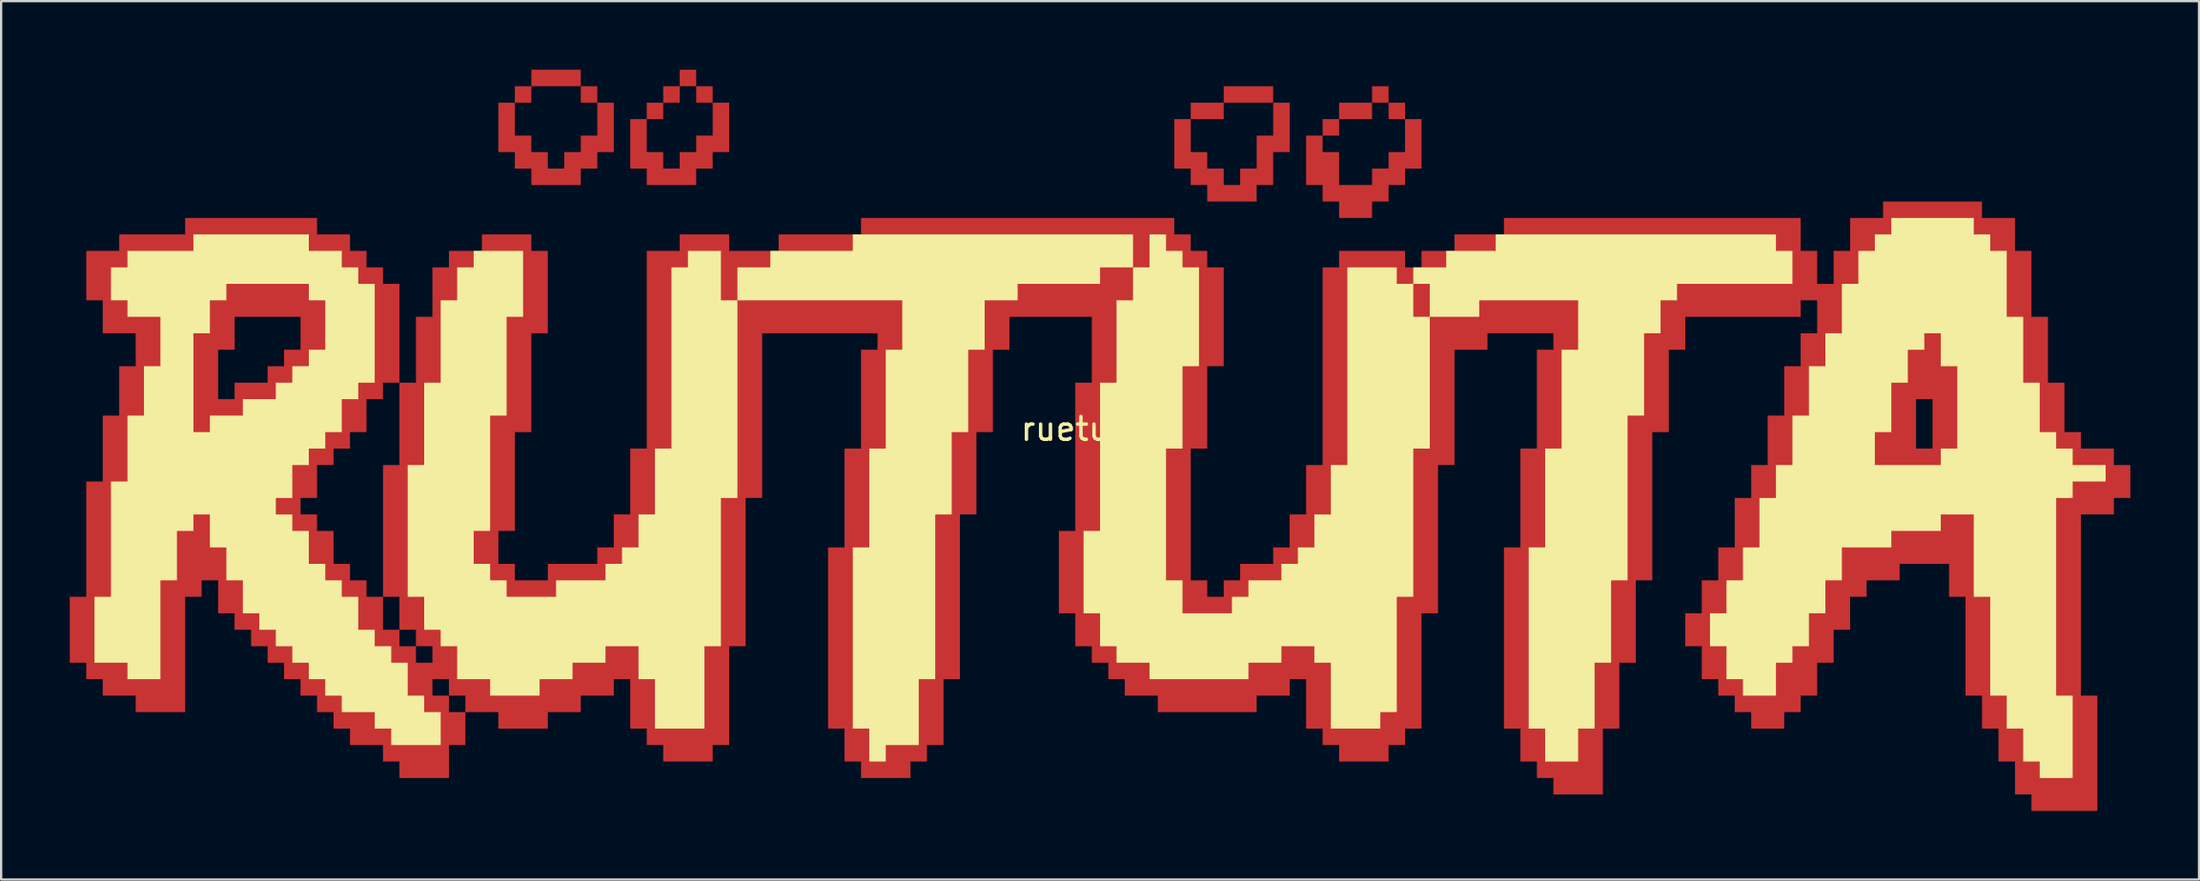
<source format=kicad_pcb>
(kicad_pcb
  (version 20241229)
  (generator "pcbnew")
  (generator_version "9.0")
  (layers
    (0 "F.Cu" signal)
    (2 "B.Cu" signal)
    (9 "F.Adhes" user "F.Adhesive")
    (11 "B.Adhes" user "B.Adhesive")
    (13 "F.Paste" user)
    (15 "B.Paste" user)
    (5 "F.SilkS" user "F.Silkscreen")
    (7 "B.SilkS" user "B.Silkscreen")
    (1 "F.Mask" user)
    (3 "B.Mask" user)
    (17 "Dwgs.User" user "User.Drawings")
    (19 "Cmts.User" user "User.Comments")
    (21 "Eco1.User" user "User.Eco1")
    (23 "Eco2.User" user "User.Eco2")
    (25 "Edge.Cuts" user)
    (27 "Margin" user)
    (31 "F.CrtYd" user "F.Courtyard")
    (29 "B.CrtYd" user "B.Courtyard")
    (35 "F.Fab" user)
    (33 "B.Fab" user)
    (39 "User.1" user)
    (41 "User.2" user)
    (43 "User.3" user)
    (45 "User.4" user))
  (footprint "ruetueta"
    (layer "F.Cu")
    (at 44.675 16.213)
    (property "Reference" "ruetueta" (at 0 -0.5 0) (unlocked yes) (layer "F.SilkS") (effects (font (size 1 1) (thickness 0.15))))
    (attr smd)
    (fp_poly (pts (xy 8.647 -14.772) (xy 8.647 -12.61) (xy 7.926 -12.61) (xy 7.926 -11.169) (xy 7.206 -11.169) (xy 7.206 -10.448) (xy 5.044 -10.448) (xy 5.044 -11.169) (xy 4.323 -11.169) (xy 4.323 -11.889) (xy 3.603 -11.889) (xy 3.603 -12.61) (xy 4.323 -12.61) (xy 5.044 -12.61) (xy 5.044 -11.889) (xy 5.765 -11.889) (xy 5.765 -11.169) (xy 6.485 -11.169) (xy 6.485 -11.889) (xy 7.206 -11.889) (xy 7.206 -13.33) (xy 7.926 -13.33) (xy 7.926 -14.772) (xy 5.765 -14.772) (xy 5.765 -14.051) (xy 4.323 -14.051) (xy 4.323 -12.61) (xy 3.603 -12.61) (xy 3.603 -14.051) (xy 4.323 -14.051) (xy 4.323 -14.772) (xy 5.765 -14.772) (xy 5.765 -15.492) (xy 7.926 -15.492) (xy 7.926 -14.772)) (stroke (width 0) (type solid)) (fill yes) (layer "F.Cu"))
    (fp_poly (pts (xy -21.617 -15.492) (xy -21.617 -14.772) (xy -20.896 -14.772) (xy -20.896 -12.61) (xy -21.617 -12.61) (xy -21.617 -11.889) (xy -22.338 -11.889) (xy -22.338 -11.169) (xy -24.499 -11.169) (xy -24.499 -11.889) (xy -25.22 -11.889) (xy -25.22 -12.61) (xy -25.94 -12.61) (xy -25.94 -13.33) (xy -25.22 -13.33) (xy -24.499 -13.33) (xy -24.499 -12.61) (xy -23.779 -12.61) (xy -23.779 -11.889) (xy -23.058 -11.889) (xy -23.058 -12.61) (xy -22.338 -12.61) (xy -22.338 -13.33) (xy -21.617 -13.33) (xy -21.617 -14.772) (xy -22.338 -14.772) (xy -22.338 -15.492) (xy -24.499 -15.492) (xy -24.499 -14.772) (xy -25.22 -14.772) (xy -25.22 -13.33) (xy -25.94 -13.33) (xy -25.94 -14.772) (xy -25.22 -14.772) (xy -25.22 -15.492) (xy -24.499 -15.492) (xy -24.499 -16.213) (xy -22.338 -16.213) (xy -22.338 -15.492)) (stroke (width 0) (type solid)) (fill yes) (layer "F.Cu"))
    (fp_poly (pts (xy -16.573 -15.492) (xy -16.573 -14.772) (xy -15.852 -14.772) (xy -15.852 -12.61) (xy -16.573 -12.61) (xy -16.573 -11.889) (xy -17.294 -11.889) (xy -17.294 -11.169) (xy -19.455 -11.169) (xy -19.455 -11.889) (xy -20.176 -11.889) (xy -20.176 -12.61) (xy -19.455 -12.61) (xy -18.735 -12.61) (xy -18.735 -11.889) (xy -18.014 -11.889) (xy -18.014 -12.61) (xy -17.294 -12.61) (xy -17.294 -13.33) (xy -16.573 -13.33) (xy -16.573 -14.772) (xy -17.294 -14.772) (xy -17.294 -15.492) (xy -18.014 -15.492) (xy -18.014 -14.772) (xy -18.735 -14.772) (xy -18.735 -14.051) (xy -19.455 -14.051) (xy -19.455 -12.61) (xy -20.176 -12.61) (xy -20.176 -14.051) (xy -19.455 -14.051) (xy -19.455 -14.772) (xy -18.735 -14.772) (xy -18.735 -15.492) (xy -18.014 -15.492) (xy -18.014 -16.213) (xy -17.294 -16.213) (xy -17.294 -15.492)) (stroke (width 0) (type solid)) (fill yes) (layer "F.Cu"))
    (fp_poly (pts (xy 13.691 -14.772) (xy 13.691 -14.051) (xy 14.411 -14.051) (xy 14.411 -11.889) (xy 13.691 -11.889) (xy 13.691 -11.169) (xy 12.97 -11.169) (xy 12.97 -10.448) (xy 12.25 -10.448) (xy 12.25 -9.728) (xy 10.809 -9.728) (xy 10.809 -10.448) (xy 10.088 -10.448) (xy 10.088 -11.169) (xy 9.367 -11.169) (xy 9.367 -12.61) (xy 10.088 -12.61) (xy 10.809 -12.61) (xy 10.809 -11.169) (xy 12.25 -11.169) (xy 12.25 -11.889) (xy 12.97 -11.889) (xy 12.97 -12.61) (xy 13.691 -12.61) (xy 13.691 -14.051) (xy 12.97 -14.051) (xy 12.97 -14.772) (xy 12.25 -14.772) (xy 12.25 -14.051) (xy 10.809 -14.051) (xy 10.809 -13.33) (xy 10.088 -13.33) (xy 10.088 -12.61) (xy 9.367 -12.61) (xy 9.367 -13.33) (xy 10.088 -13.33) (xy 10.088 -14.051) (xy 10.809 -14.051) (xy 10.809 -14.772) (xy 12.25 -14.772) (xy 12.25 -15.492) (xy 12.97 -15.492) (xy 12.97 -14.772)) (stroke (width 0) (type solid)) (fill yes) (layer "F.Cu"))
    (fp_poly (pts (xy 38.911 -9.728) (xy 40.352 -9.728) (xy 40.352 -8.287) (xy 41.072 -8.287) (xy 41.072 -5.404) (xy 41.793 -5.404) (xy 41.793 -2.522) (xy 42.513 -2.522) (xy 42.513 -0.36) (xy 43.234 -0.36) (xy 43.234 0.36) (xy 44.675 0.36) (xy 44.675 1.081) (xy 45.396 1.081) (xy 45.396 2.522) (xy 44.675 2.522) (xy 44.675 3.243) (xy 43.234 3.243) (xy 43.234 11.169) (xy 43.955 11.169) (xy 43.955 16.213) (xy 41.072 16.213) (xy 41.072 15.492) (xy 40.352 15.492) (xy 40.352 14.051) (xy 39.631 14.051) (xy 39.631 12.61) (xy 38.911 12.61) (xy 38.911 11.169) (xy 38.19 11.169) (xy 38.19 6.845) (xy 37.47 6.845) (xy 37.47 5.404) (xy 35.308 5.404) (xy 35.308 6.125) (xy 33.867 6.125) (xy 33.867 6.845) (xy 33.146 6.845) (xy 33.146 8.287) (xy 32.426 8.287) (xy 32.426 9.728) (xy 31.705 9.728) (xy 31.705 11.169) (xy 30.984 11.169) (xy 30.984 11.889) (xy 30.264 11.889) (xy 30.264 12.61) (xy 28.823 12.61) (xy 28.823 11.889) (xy 28.102 11.889) (xy 28.102 11.169) (xy 27.382 11.169) (xy 27.382 10.448) (xy 26.661 10.448) (xy 26.661 9.007) (xy 25.94 9.007) (xy 25.94 7.566) (xy 26.661 7.566) (xy 26.661 6.125) (xy 27.382 6.125) (xy 27.382 4.684) (xy 28.102 4.684) (xy 28.102 2.522) (xy 28.823 2.522) (xy 28.823 1.081) (xy 29.543 1.081) (xy 29.543 0.36) (xy 36.028 0.36) (xy 36.749 0.36) (xy 36.749 -1.801) (xy 36.028 -1.801) (xy 36.028 0.36) (xy 29.543 0.36) (xy 29.543 -1.081) (xy 30.264 -1.081) (xy 30.264 -3.243) (xy 30.984 -3.243) (xy 30.984 -4.684) (xy 31.705 -4.684) (xy 31.705 -6.125) (xy 30.984 -6.125) (xy 30.984 -5.404) (xy 25.94 -5.404) (xy 25.94 -3.963) (xy 25.22 -3.963) (xy 25.22 -0.36) (xy 24.499 -0.36) (xy 24.499 6.125) (xy 23.779 6.125) (xy 23.779 9.728) (xy 23.058 9.728) (xy 23.058 12.61) (xy 22.338 12.61) (xy 22.338 15.492) (xy 20.176 15.492) (xy 20.176 14.772) (xy 19.455 14.772) (xy 19.455 14.051) (xy 18.735 14.051) (xy 18.735 12.61) (xy 18.014 12.61) (xy 18.014 4.684) (xy 18.735 4.684) (xy 18.735 0.36) (xy 19.455 0.36) (xy 19.455 -3.963) (xy 20.176 -3.963) (xy 20.176 -4.684) (xy 17.294 -4.684) (xy 17.294 -3.963) (xy 15.852 -3.963) (xy 15.852 1.081) (xy 15.132 1.081) (xy 15.132 7.566) (xy 14.411 7.566) (xy 14.411 12.61) (xy 13.691 12.61) (xy 13.691 13.33) (xy 12.97 13.33) (xy 12.97 14.051) (xy 10.809 14.051) (xy 10.809 13.33) (xy 10.088 13.33) (xy 10.088 12.61) (xy 9.367 12.61) (xy 9.367 10.448) (xy 8.647 10.448) (xy 8.647 11.169) (xy 7.206 11.169) (xy 7.206 11.889) (xy 2.882 11.889) (xy 2.882 11.169) (xy 1.441 11.169) (xy 1.441 10.448) (xy 0.721 10.448) (xy 0.721 9.728) (xy 0.000001 9.728) (xy 0.000001 9.007) (xy -0.721 9.007) (xy -0.721 7.566) (xy -1.441 7.566) (xy -1.441 3.963) (xy -0.721 3.963) (xy -0.721 -2.522) (xy 0.000001 -2.522) (xy 0.000001 -5.404) (xy -3.603 -5.404) (xy -3.603 -3.963) (xy -4.323 -3.963) (xy -4.323 -0.36) (xy -5.044 -0.36) (xy -5.044 3.243) (xy -5.765 3.243) (xy -5.765 10.448) (xy -6.485 10.448) (xy -6.485 13.33) (xy -7.206 13.33) (xy -7.206 14.051) (xy -7.926 14.051) (xy -7.926 14.772) (xy -10.088 14.772) (xy -10.088 14.051) (xy -10.809 14.051) (xy -10.809 12.61) (xy -11.529 12.61) (xy -11.529 4.684) (xy -10.809 4.684) (xy -10.809 0.36) (xy -10.088 0.36) (xy -10.088 -3.963) (xy -9.367 -3.963) (xy -9.367 -4.684) (xy -14.411 -4.684) (xy -14.411 2.522) (xy -15.132 2.522) (xy -15.132 9.007) (xy -15.852 9.007) (xy -15.852 13.33) (xy -16.573 13.33) (xy -16.573 14.051) (xy -18.735 14.051) (xy -18.735 13.33) (xy -19.455 13.33) (xy -19.455 12.61) (xy -20.176 12.61) (xy -20.176 10.448) (xy -20.896 10.448) (xy -20.896 11.169) (xy -22.338 11.169) (xy -22.338 11.889) (xy -23.779 11.889) (xy -23.779 12.61) (xy -25.94 12.61) (xy -25.94 11.889) (xy -27.382 11.889) (xy -27.382 13.33) (xy -28.102 13.33) (xy -28.102 14.772) (xy -30.264 14.772) (xy -30.264 14.051) (xy -30.984 14.051) (xy -30.984 13.33) (xy -32.426 13.33) (xy -32.426 12.61) (xy -33.146 12.61) (xy -33.146 11.889) (xy -28.102 11.889) (xy -27.382 11.889) (xy -27.382 11.169) (xy -28.102 11.169) (xy -28.102 11.889) (xy -33.146 11.889) (xy -33.867 11.889) (xy -33.867 11.169) (xy -28.823 11.169) (xy -28.102 11.169) (xy -28.102 10.448) (xy -28.823 10.448) (xy -28.823 11.169) (xy -33.867 11.169) (xy -34.587 11.169) (xy -34.587 10.448) (xy -35.308 10.448) (xy -35.308 9.728) (xy -29.543 9.728) (xy -28.823 9.728) (xy -28.823 9.007) (xy -29.543 9.007) (xy -29.543 9.728) (xy -35.308 9.728) (xy -36.028 9.728) (xy -36.028 9.007) (xy -30.264 9.007) (xy -29.543 9.007) (xy -29.543 8.287) (xy -30.264 8.287) (xy -30.264 9.007) (xy -36.028 9.007) (xy -36.749 9.007) (xy -36.749 8.287) (xy -30.984 8.287) (xy -30.264 8.287) (xy -30.264 6.845) (xy -30.984 6.845) (xy -30.984 8.287) (xy -36.749 8.287) (xy -37.47 8.287) (xy -37.47 7.566) (xy -38.19 7.566) (xy -38.19 6.125) (xy -38.911 6.125) (xy -38.911 6.845) (xy -39.631 6.845) (xy -39.631 11.889) (xy -41.793 11.889) (xy -41.793 11.169) (xy -43.234 11.169) (xy -43.234 10.448) (xy -43.955 10.448) (xy -43.955 9.728) (xy -44.675 9.728) (xy -44.675 6.845) (xy -43.955 6.845) (xy -43.955 3.243) (xy -34.587 3.243) (xy -33.867 3.243) (xy -33.867 3.963) (xy -33.146 3.963) (xy -33.146 5.404) (xy -32.426 5.404) (xy -32.426 6.125) (xy -31.705 6.125) (xy -31.705 6.845) (xy -30.984 6.845) (xy -30.984 1.081) (xy -30.264 1.081) (xy -30.264 -2.522) (xy -30.984 -2.522) (xy -30.984 -1.801) (xy -31.705 -1.801) (xy -31.705 -0.36) (xy -32.426 -0.36) (xy -32.426 0.36) (xy -33.146 0.36) (xy -33.146 1.081) (xy -33.867 1.081) (xy -33.867 2.522) (xy -34.587 2.522) (xy -34.587 3.243) (xy -43.955 3.243) (xy -43.955 1.801) (xy -43.234 1.801) (xy -43.234 -1.081) (xy -42.513 -1.081) (xy -42.513 -1.801) (xy -38.19 -1.801) (xy -37.47 -1.801) (xy -37.47 -2.522) (xy -36.028 -2.522) (xy -36.028 -3.243) (xy -35.308 -3.243) (xy -35.308 -3.963) (xy -34.587 -3.963) (xy -34.587 -5.404) (xy -37.47 -5.404) (xy -37.47 -3.963) (xy -38.19 -3.963) (xy -38.19 -1.801) (xy -42.513 -1.801) (xy -42.513 -3.243) (xy -41.793 -3.243) (xy -41.793 -4.684) (xy -43.234 -4.684) (xy -43.234 -6.125) (xy -43.955 -6.125) (xy -43.955 -8.287) (xy -42.513 -8.287) (xy -42.513 -9.007) (xy -39.631 -9.007) (xy -39.631 -9.728) (xy -33.867 -9.728) (xy -33.867 -9.007) (xy -32.426 -9.007) (xy -32.426 -8.287) (xy -31.705 -8.287) (xy -31.705 -7.566) (xy -30.984 -7.566) (xy -30.984 -6.845) (xy -30.264 -6.845) (xy -30.264 -2.522) (xy -29.543 -2.522) (xy -29.543 -5.404) (xy -28.823 -5.404) (xy -28.823 -7.566) (xy -28.102 -7.566) (xy -28.102 -8.287) (xy -26.661 -8.287) (xy -26.661 -9.007) (xy -24.499 -9.007) (xy -24.499 -8.287) (xy -23.779 -8.287) (xy -23.779 -4.684) (xy -24.499 -4.684) (xy -24.499 -0.36) (xy -25.22 -0.36) (xy -25.22 3.963) (xy -25.94 3.963) (xy -25.94 5.404) (xy -25.22 5.404) (xy -25.22 6.125) (xy -23.779 6.125) (xy -23.779 5.404) (xy -21.617 5.404) (xy -21.617 4.684) (xy -20.896 4.684) (xy -20.896 3.243) (xy -20.176 3.243) (xy -20.176 0.36) (xy -19.455 0.36) (xy -19.455 -8.287) (xy -18.014 -8.287) (xy -18.014 -9.007) (xy -15.852 -9.007) (xy -15.852 -8.287) (xy -13.691 -8.287) (xy -13.691 -9.007) (xy -10.088 -9.007) (xy -10.088 -9.728) (xy 3.603 -9.728) (xy 3.603 -9.007) (xy 4.323 -9.007) (xy 4.323 -8.287) (xy 5.044 -8.287) (xy 5.044 -7.566) (xy 5.765 -7.566) (xy 5.765 -3.243) (xy 5.044 -3.243) (xy 5.044 0.36) (xy 4.323 0.36) (xy 4.323 6.125) (xy 5.044 6.125) (xy 5.044 6.845) (xy 5.765 6.845) (xy 5.765 6.125) (xy 6.485 6.125) (xy 6.485 5.404) (xy 7.926 5.404) (xy 7.926 4.684) (xy 8.647 4.684) (xy 8.647 3.243) (xy 9.367 3.243) (xy 9.367 1.081) (xy 10.088 1.081) (xy 10.088 -7.566) (xy 10.809 -7.566) (xy 10.809 -8.287) (xy 13.691 -8.287) (xy 13.691 -7.566) (xy 14.411 -7.566) (xy 14.411 -8.287) (xy 15.852 -8.287) (xy 15.852 -9.007) (xy 18.014 -9.007) (xy 18.014 -9.728) (xy 30.984 -9.728) (xy 30.984 -8.287) (xy 31.705 -8.287) (xy 31.705 -6.845) (xy 32.426 -6.845) (xy 32.426 -8.287) (xy 33.146 -8.287) (xy 33.146 -9.728) (xy 34.587 -9.728) (xy 34.587 -10.448) (xy 38.911 -10.448)) (stroke (width 0) (type solid)) (fill yes) (layer "F.Cu"))
    (fp_poly (pts (xy 7.926 -13.33) (xy 7.206 -13.33) (xy 7.206 -11.889) (xy 6.485 -11.889) (xy 6.485 -11.169) (xy 5.765 -11.169) (xy 5.765 -11.889) (xy 5.044 -11.889) (xy 5.044 -12.61) (xy 4.323 -12.61) (xy 4.323 -14.051) (xy 5.765 -14.051) (xy 5.765 -14.772) (xy 7.926 -14.772)) (stroke (width 0) (type solid)) (fill yes) (layer "F.Mask"))
    (fp_poly (pts (xy -22.338 -14.772) (xy -21.617 -14.772) (xy -21.617 -13.33) (xy -22.338 -13.33) (xy -22.338 -12.61) (xy -23.058 -12.61) (xy -23.058 -11.889) (xy -23.779 -11.889) (xy -23.779 -12.61) (xy -24.499 -12.61) (xy -24.499 -13.33) (xy -25.22 -13.33) (xy -25.22 -14.772) (xy -24.499 -14.772) (xy -24.499 -15.492) (xy -22.338 -15.492)) (stroke (width 0) (type solid)) (fill yes) (layer "F.Mask"))
    (fp_poly (pts (xy -17.294 -14.772) (xy -16.573 -14.772) (xy -16.573 -13.33) (xy -17.294 -13.33) (xy -17.294 -12.61) (xy -18.014 -12.61) (xy -18.014 -11.889) (xy -18.735 -11.889) (xy -18.735 -12.61) (xy -19.455 -12.61) (xy -19.455 -14.051) (xy -18.735 -14.051) (xy -18.735 -14.772) (xy -18.014 -14.772) (xy -18.014 -15.492) (xy -17.294 -15.492)) (stroke (width 0) (type solid)) (fill yes) (layer "F.Mask"))
    (fp_poly (pts (xy 12.97 -14.051) (xy 13.691 -14.051) (xy 13.691 -12.61) (xy 12.97 -12.61) (xy 12.97 -11.889) (xy 12.25 -11.889) (xy 12.25 -11.169) (xy 10.809 -11.169) (xy 10.809 -12.61) (xy 10.088 -12.61) (xy 10.088 -13.33) (xy 10.809 -13.33) (xy 10.809 -14.051) (xy 12.25 -14.051) (xy 12.25 -14.772) (xy 12.97 -14.772)) (stroke (width 0) (type solid)) (fill yes) (layer "F.Mask"))
    (fp_poly (pts (xy 7.926 -13.33) (xy 7.206 -13.33) (xy 7.206 -11.889) (xy 6.485 -11.889) (xy 6.485 -11.169) (xy 5.765 -11.169) (xy 5.765 -11.889) (xy 5.044 -11.889) (xy 5.044 -12.61) (xy 4.323 -12.61) (xy 4.323 -14.051) (xy 5.765 -14.051) (xy 5.765 -14.772) (xy 7.926 -14.772)) (stroke (width 0) (type solid)) (fill yes) (layer "B.Mask"))
    (fp_poly (pts (xy -22.338 -14.772) (xy -21.617 -14.772) (xy -21.617 -13.33) (xy -22.338 -13.33) (xy -22.338 -12.61) (xy -23.058 -12.61) (xy -23.058 -11.889) (xy -23.779 -11.889) (xy -23.779 -12.61) (xy -24.499 -12.61) (xy -24.499 -13.33) (xy -25.22 -13.33) (xy -25.22 -14.772) (xy -24.499 -14.772) (xy -24.499 -15.492) (xy -22.338 -15.492)) (stroke (width 0) (type solid)) (fill yes) (layer "B.Mask"))
    (fp_poly (pts (xy -17.294 -14.772) (xy -16.573 -14.772) (xy -16.573 -13.33) (xy -17.294 -13.33) (xy -17.294 -12.61) (xy -18.014 -12.61) (xy -18.014 -11.889) (xy -18.735 -11.889) (xy -18.735 -12.61) (xy -19.455 -12.61) (xy -19.455 -14.051) (xy -18.735 -14.051) (xy -18.735 -14.772) (xy -18.014 -14.772) (xy -18.014 -15.492) (xy -17.294 -15.492)) (stroke (width 0) (type solid)) (fill yes) (layer "B.Mask"))
    (fp_poly (pts (xy 12.97 -14.051) (xy 13.691 -14.051) (xy 13.691 -12.61) (xy 12.97 -12.61) (xy 12.97 -11.889) (xy 12.25 -11.889) (xy 12.25 -11.169) (xy 10.809 -11.169) (xy 10.809 -12.61) (xy 10.088 -12.61) (xy 10.088 -13.33) (xy 10.809 -13.33) (xy 10.809 -14.051) (xy 12.25 -14.051) (xy 12.25 -14.772) (xy 12.97 -14.772)) (stroke (width 0) (type solid)) (fill yes) (layer "B.Mask"))
    (fp_poly (pts (xy 1.801 -7.566) (xy 0.36 -7.566) (xy 0.36 -6.845) (xy -3.243 -6.845) (xy -3.243 -6.125) (xy -4.684 -6.125) (xy -4.684 -3.963) (xy -5.404 -3.963) (xy -5.404 -0.36) (xy -6.125 -0.36) (xy -6.125 3.243) (xy -6.845 3.243) (xy -6.845 10.448) (xy -7.566 10.448) (xy -7.566 13.33) (xy -9.007 13.33) (xy -9.007 14.051) (xy -9.728 14.051) (xy -9.728 12.61) (xy -10.448 12.61) (xy -10.448 4.684) (xy -9.728 4.684) (xy -9.728 0.36) (xy -9.007 0.36) (xy -9.007 -3.963) (xy -8.287 -3.963) (xy -8.287 -6.125) (xy -15.492 -6.125) (xy -15.492 -7.566) (xy -14.051 -7.566) (xy -14.051 -8.287) (xy -10.448 -8.287) (xy -10.448 -9.007) (xy 1.801 -9.007)) (stroke (width 0) (type solid)) (fill yes) (layer "F.SilkS"))
    (fp_poly (pts (xy -24.86 -5.404) (xy -25.58 -5.404) (xy -25.58 -1.081) (xy -26.301 -1.081) (xy -26.301 3.963) (xy -27.021 3.963) (xy -27.021 5.404) (xy -26.301 5.404) (xy -26.301 6.125) (xy -25.58 6.125) (xy -25.58 6.845) (xy -23.418 6.845) (xy -23.418 6.125) (xy -21.257 6.125) (xy -21.257 5.404) (xy -20.536 5.404) (xy -20.536 4.684) (xy -19.816 4.684) (xy -19.816 3.243) (xy -19.095 3.243) (xy -19.095 0.36) (xy -18.374 0.36) (xy -18.374 -7.566) (xy -17.654 -7.566) (xy -17.654 -8.287) (xy -16.213 -8.287) (xy -16.213 -6.125) (xy -15.492 -6.125) (xy -15.492 2.522) (xy -16.213 2.522) (xy -16.213 9.007) (xy -16.933 9.007) (xy -16.933 12.61) (xy -19.095 12.61) (xy -19.095 10.448) (xy -19.816 10.448) (xy -19.816 9.007) (xy -21.257 9.007) (xy -21.257 9.728) (xy -22.698 9.728) (xy -22.698 10.448) (xy -24.139 10.448) (xy -24.139 11.169) (xy -26.301 11.169) (xy -26.301 10.448) (xy -27.742 10.448) (xy -27.742 9.007) (xy -28.462 9.007) (xy -28.462 8.287) (xy -29.183 8.287) (xy -29.183 6.845) (xy -29.904 6.845) (xy -29.904 1.081) (xy -29.183 1.081) (xy -29.183 -2.522) (xy -28.462 -2.522) (xy -28.462 -6.125) (xy -27.742 -6.125) (xy -27.742 -7.566) (xy -27.021 -7.566) (xy -27.021 -8.287) (xy -24.86 -8.287)) (stroke (width 0) (type solid)) (fill yes) (layer "F.SilkS"))
    (fp_poly (pts (xy 38.55 -9.007) (xy 39.271 -9.007) (xy 39.271 -8.287) (xy 39.991 -8.287) (xy 39.991 -5.404) (xy 40.712 -5.404) (xy 40.712 -2.522) (xy 41.433 -2.522) (xy 41.433 -0.36) (xy 42.153 -0.36) (xy 42.153 0.36) (xy 42.874 0.36) (xy 42.874 1.081) (xy 44.315 1.081) (xy 44.315 1.801) (xy 42.874 1.801) (xy 42.874 2.522) (xy 42.153 2.522) (xy 42.153 11.169) (xy 42.874 11.169) (xy 42.874 14.772) (xy 41.433 14.772) (xy 41.433 14.051) (xy 40.712 14.051) (xy 40.712 12.61) (xy 39.991 12.61) (xy 39.991 11.169) (xy 39.271 11.169) (xy 39.271 6.845) (xy 38.55 6.845) (xy 38.55 3.243) (xy 37.109 3.243) (xy 37.109 3.963) (xy 34.948 3.963) (xy 34.948 4.684) (xy 32.786 4.684) (xy 32.786 6.125) (xy 32.065 6.125) (xy 32.065 7.566) (xy 31.345 7.566) (xy 31.345 9.007) (xy 30.624 9.007) (xy 30.624 9.728) (xy 29.904 9.728) (xy 29.904 11.169) (xy 28.462 11.169) (xy 28.462 10.448) (xy 27.742 10.448) (xy 27.742 9.007) (xy 27.021 9.007) (xy 27.021 7.566) (xy 27.742 7.566) (xy 27.742 6.125) (xy 28.462 6.125) (xy 28.462 4.684) (xy 29.183 4.684) (xy 29.183 2.522) (xy 29.904 2.522) (xy 29.904 1.081) (xy 30.624 1.081) (xy 34.227 1.081) (xy 37.109 1.081) (xy 37.109 0.36) (xy 37.83 0.36) (xy 37.83 -3.243) (xy 37.109 -3.243) (xy 37.109 -4.684) (xy 36.389 -4.684) (xy 36.389 -3.963) (xy 35.668 -3.963) (xy 35.668 -2.522) (xy 34.948 -2.522) (xy 34.948 -0.36) (xy 34.227 -0.36) (xy 34.227 1.081) (xy 30.624 1.081) (xy 30.624 -1.081) (xy 31.345 -1.081) (xy 31.345 -3.243) (xy 32.065 -3.243) (xy 32.065 -4.684) (xy 32.786 -4.684) (xy 32.786 -6.845) (xy 33.506 -6.845) (xy 33.506 -8.287) (xy 34.227 -8.287) (xy 34.227 -9.007) (xy 34.948 -9.007) (xy 34.948 -9.728) (xy 38.55 -9.728)) (stroke (width 0) (type solid)) (fill yes) (layer "F.SilkS"))
    (fp_poly (pts (xy 3.243 -8.287) (xy 3.963 -8.287) (xy 3.963 -7.566) (xy 4.684 -7.566) (xy 4.684 -3.243) (xy 3.963 -3.243) (xy 3.963 0.36) (xy 3.243 0.36) (xy 3.243 6.125) (xy 3.963 6.125) (xy 3.963 7.566) (xy 6.125 7.566) (xy 6.125 6.845) (xy 6.845 6.845) (xy 6.845 6.125) (xy 8.287 6.125) (xy 8.287 5.404) (xy 9.007 5.404) (xy 9.007 4.684) (xy 9.728 4.684) (xy 9.728 3.243) (xy 10.448 3.243) (xy 10.448 1.081) (xy 11.169 1.081) (xy 11.169 -5.404) (xy 14.051 -5.404) (xy 14.772 -5.404) (xy 14.772 -6.845) (xy 14.051 -6.845) (xy 14.051 -5.404) (xy 11.169 -5.404) (xy 11.169 -7.566) (xy 13.33 -7.566) (xy 13.33 -6.845) (xy 14.051 -6.845) (xy 14.051 -7.566) (xy 15.492 -7.566) (xy 15.492 -8.287) (xy 17.654 -8.287) (xy 17.654 -9.007) (xy 29.904 -9.007) (xy 29.904 -8.287) (xy 30.624 -8.287) (xy 30.624 -6.845) (xy 25.58 -6.845) (xy 25.58 -6.125) (xy 24.86 -6.125) (xy 24.86 -4.684) (xy 24.139 -4.684) (xy 24.139 -1.081) (xy 23.418 -1.081) (xy 23.418 6.125) (xy 22.698 6.125) (xy 22.698 9.728) (xy 21.977 9.728) (xy 21.977 12.61) (xy 21.257 12.61) (xy 21.257 14.051) (xy 19.816 14.051) (xy 19.816 12.61) (xy 19.095 12.61) (xy 19.095 4.684) (xy 19.816 4.684) (xy 19.816 0.36) (xy 20.536 0.36) (xy 20.536 -3.963) (xy 21.257 -3.963) (xy 21.257 -6.125) (xy 16.933 -6.125) (xy 16.933 -5.404) (xy 14.772 -5.404) (xy 14.772 0.36) (xy 14.051 0.36) (xy 14.051 6.845) (xy 13.33 6.845) (xy 13.33 11.889) (xy 12.61 11.889) (xy 12.61 12.61) (xy 10.448 12.61) (xy 10.448 9.728) (xy 9.728 9.728) (xy 9.728 9.007) (xy 8.287 9.007) (xy 8.287 9.728) (xy 6.845 9.728) (xy 6.845 10.448) (xy 2.522 10.448) (xy 2.522 9.728) (xy 1.081 9.728) (xy 1.081 9.007) (xy 0.36 9.007) (xy 0.36 7.566) (xy -0.36 7.566) (xy -0.36 3.963) (xy 0.36 3.963) (xy 0.36 -2.522) (xy 1.081 -2.522) (xy 1.081 -6.125) (xy 1.801 -6.125) (xy 1.801 -7.566) (xy 2.522 -7.566) (xy 2.522 -9.007) (xy 3.243 -9.007)) (stroke (width 0) (type solid)) (fill yes) (layer "F.SilkS"))
    (fp_poly (pts (xy -34.227 -8.287) (xy -32.786 -8.287) (xy -32.786 -7.566) (xy -32.065 -7.566) (xy -32.065 -6.845) (xy -31.345 -6.845) (xy -31.345 -2.522) (xy -32.065 -2.522) (xy -32.065 -1.801) (xy -32.786 -1.801) (xy -32.786 -0.36) (xy -33.506 -0.36) (xy -33.506 0.36) (xy -34.227 0.36) (xy -34.227 1.081) (xy -34.948 1.081) (xy -34.948 2.522) (xy -35.668 2.522) (xy -35.668 3.243) (xy -34.948 3.243) (xy -34.948 3.963) (xy -34.227 3.963) (xy -34.227 5.404) (xy -33.506 5.404) (xy -33.506 6.125) (xy -32.786 6.125) (xy -32.786 6.845) (xy -32.065 6.845) (xy -32.065 8.287) (xy -31.345 8.287) (xy -31.345 9.007) (xy -30.624 9.007) (xy -30.624 9.728) (xy -29.904 9.728) (xy -29.904 11.169) (xy -29.183 11.169) (xy -29.183 11.889) (xy -28.462 11.889) (xy -28.462 13.33) (xy -30.624 13.33) (xy -30.624 12.61) (xy -31.345 12.61) (xy -31.345 11.889) (xy -32.786 11.889) (xy -32.786 11.169) (xy -33.506 11.169) (xy -33.506 10.448) (xy -34.227 10.448) (xy -34.227 9.728) (xy -34.948 9.728) (xy -34.948 9.007) (xy -35.668 9.007) (xy -35.668 8.287) (xy -36.389 8.287) (xy -36.389 7.566) (xy -37.109 7.566) (xy -37.109 6.125) (xy -37.83 6.125) (xy -37.83 4.684) (xy -38.55 4.684) (xy -38.55 3.243) (xy -39.271 3.243) (xy -39.271 3.963) (xy -39.991 3.963) (xy -39.991 6.125) (xy -40.712 6.125) (xy -40.712 10.448) (xy -42.153 10.448) (xy -42.153 9.728) (xy -43.594 9.728) (xy -43.594 6.845) (xy -42.874 6.845) (xy -42.874 1.801) (xy -42.153 1.801) (xy -42.153 -0.36) (xy -39.271 -0.36) (xy -38.55 -0.36) (xy -38.55 -1.081) (xy -37.109 -1.081) (xy -37.109 -1.801) (xy -35.668 -1.801) (xy -35.668 -2.522) (xy -34.948 -2.522) (xy -34.948 -3.243) (xy -34.227 -3.243) (xy -34.227 -3.963) (xy -33.506 -3.963) (xy -33.506 -6.125) (xy -34.227 -6.125) (xy -34.227 -6.845) (xy -37.83 -6.845) (xy -37.83 -6.125) (xy -38.55 -6.125) (xy -38.55 -4.684) (xy -39.271 -4.684) (xy -39.271 -0.36) (xy -42.153 -0.36) (xy -42.153 -1.081) (xy -41.433 -1.081) (xy -41.433 -3.243) (xy -40.712 -3.243) (xy -40.712 -5.404) (xy -42.153 -5.404) (xy -42.153 -6.125) (xy -42.874 -6.125) (xy -42.874 -7.566) (xy -42.153 -7.566) (xy -42.153 -8.287) (xy -39.271 -8.287) (xy -39.271 -9.007) (xy -34.227 -9.007)) (stroke (width 0) (type solid)) (fill yes) (layer "F.SilkS")))
  (gr_rect
    (start -3 -3)
    (end 93.071 35.426)
    (stroke (width 0.1) (type default))
    (fill no)
    (layer "Edge.Cuts")))
</source>
